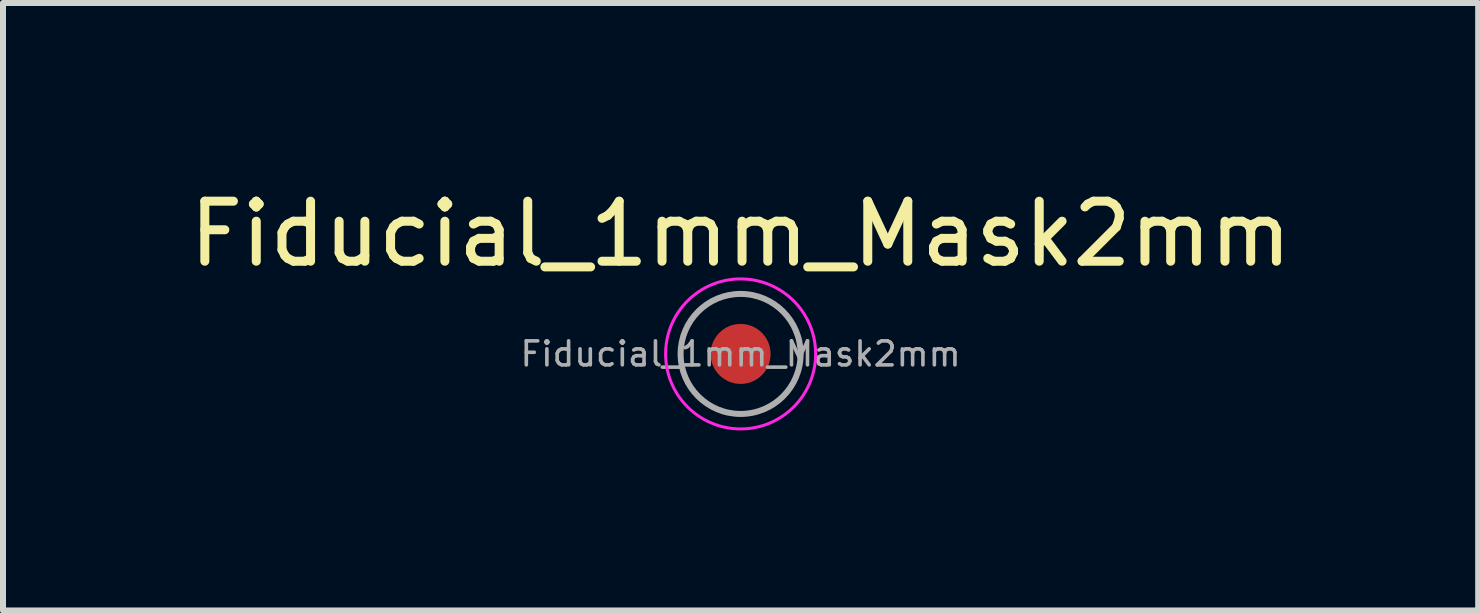
<source format=kicad_pcb>
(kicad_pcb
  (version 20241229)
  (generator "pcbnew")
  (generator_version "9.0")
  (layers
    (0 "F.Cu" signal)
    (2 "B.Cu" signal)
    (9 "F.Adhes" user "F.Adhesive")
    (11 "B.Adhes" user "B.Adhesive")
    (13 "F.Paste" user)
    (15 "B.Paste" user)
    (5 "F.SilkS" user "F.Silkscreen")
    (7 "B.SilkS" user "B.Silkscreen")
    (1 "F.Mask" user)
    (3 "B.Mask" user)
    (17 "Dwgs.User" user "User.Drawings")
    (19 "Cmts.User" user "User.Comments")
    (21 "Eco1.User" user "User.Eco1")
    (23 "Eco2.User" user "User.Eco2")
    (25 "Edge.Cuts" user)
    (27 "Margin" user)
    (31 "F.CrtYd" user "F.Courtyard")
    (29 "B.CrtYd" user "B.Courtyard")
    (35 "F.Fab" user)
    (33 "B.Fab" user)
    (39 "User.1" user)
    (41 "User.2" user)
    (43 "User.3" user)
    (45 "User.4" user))
  (footprint "Fiducial_1mm_Mask2mm"
    (layer "F.Cu")
    (at 9.292 2.848)
    (property "Reference" "Fiducial_1mm_Mask2mm" (at 0 -2 0) (layer "F.SilkS") (effects (font (size 1 1) (thickness 0.15))))
    (attr smd)
    (fp_circle (center 0 0) (end 1.25 0) (stroke (width 0.05) (type solid)) (fill no) (layer "F.CrtYd"))
    (fp_circle (center 0 0) (end 1 0) (stroke (width 0.1) (type solid)) (fill no) (layer "F.Fab"))
    (fp_text user "${REFERENCE}" (at 0 0 0) (layer "F.Fab") (effects (font (size 0.4 0.4) (thickness 0.06))))
    (pad "" smd circle (at 0 0) (size 1 1) (layers "F.Cu" "F.Mask" "F.Paste")))
  (gr_rect
    (start -3 -3)
    (end 21.583 7.123)
    (stroke (width 0.1) (type default))
    (fill no)
    (layer "Edge.Cuts")))
</source>
